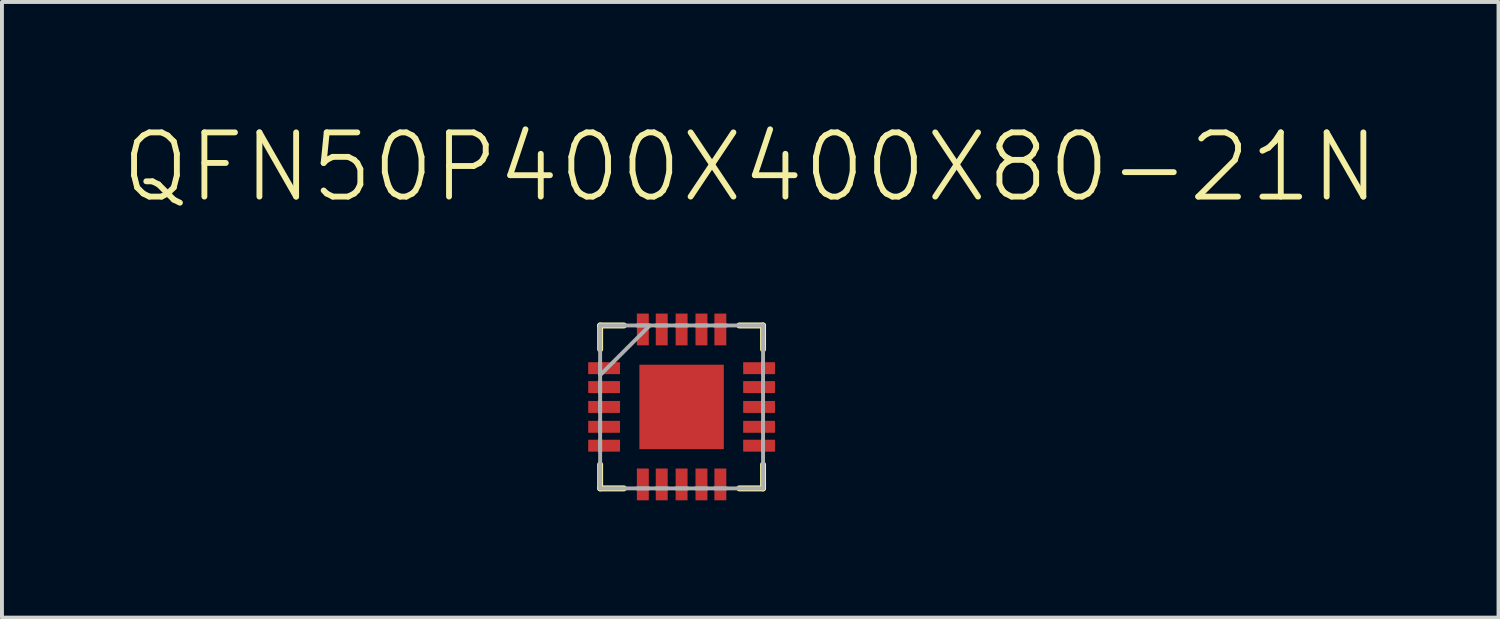
<source format=kicad_pcb>
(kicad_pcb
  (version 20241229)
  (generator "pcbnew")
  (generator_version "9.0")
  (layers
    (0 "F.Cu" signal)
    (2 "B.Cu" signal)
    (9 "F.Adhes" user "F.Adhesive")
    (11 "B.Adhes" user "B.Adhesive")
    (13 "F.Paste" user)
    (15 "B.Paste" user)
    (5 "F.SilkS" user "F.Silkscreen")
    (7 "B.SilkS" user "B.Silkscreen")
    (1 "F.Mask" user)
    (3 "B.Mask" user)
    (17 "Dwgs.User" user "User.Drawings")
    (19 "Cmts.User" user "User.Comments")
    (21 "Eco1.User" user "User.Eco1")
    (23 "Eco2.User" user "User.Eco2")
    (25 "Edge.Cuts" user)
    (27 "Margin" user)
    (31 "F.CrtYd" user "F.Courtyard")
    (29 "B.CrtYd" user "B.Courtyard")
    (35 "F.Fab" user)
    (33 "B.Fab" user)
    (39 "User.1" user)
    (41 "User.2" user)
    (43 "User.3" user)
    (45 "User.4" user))
  (footprint "QFN50P400X400X80-21N"
    (layer "F.Cu")
    (at 14.378 7.355)
    (property "Reference" "QFN50P400X400X80-21N" (at 1.755 -6.13 0) (layer "F.SilkS") (effects (font (size 1.642 1.642) (thickness 0.15))))
    (attr smd)
    (fp_line (start -2.083 -2.083) (end -2.083 -1.473) (stroke (width 0.152) (type solid)) (layer "F.SilkS"))
    (fp_line (start -2.083 1.473) (end -2.083 2.083) (stroke (width 0.152) (type solid)) (layer "F.SilkS"))
    (fp_line (start -2.083 2.083) (end -1.473 2.083) (stroke (width 0.152) (type solid)) (layer "F.SilkS"))
    (fp_line (start -1.473 -2.083) (end -2.083 -2.083) (stroke (width 0.152) (type solid)) (layer "F.SilkS"))
    (fp_line (start 1.473 2.083) (end 2.083 2.083) (stroke (width 0.152) (type solid)) (layer "F.SilkS"))
    (fp_line (start 2.083 -2.083) (end 1.473 -2.083) (stroke (width 0.152) (type solid)) (layer "F.SilkS"))
    (fp_line (start 2.083 -1.473) (end 2.083 -2.083) (stroke (width 0.152) (type solid)) (layer "F.SilkS"))
    (fp_line (start 2.083 2.083) (end 2.083 1.473) (stroke (width 0.152) (type solid)) (layer "F.SilkS"))
    (fp_line (start -2.083 -2.083) (end -2.083 2.083) (stroke (width 0.1) (type solid)) (layer "F.Fab"))
    (fp_line (start -2.083 -1.143) (end -2.083 -0.838) (stroke (width 0.1) (type solid)) (layer "F.Fab"))
    (fp_line (start -2.083 -0.813) (end -0.813 -2.083) (stroke (width 0.1) (type solid)) (layer "F.Fab"))
    (fp_line (start -2.083 -0.66) (end -2.083 -0.356) (stroke (width 0.1) (type solid)) (layer "F.Fab"))
    (fp_line (start -2.083 -0.152) (end -2.083 0.152) (stroke (width 0.1) (type solid)) (layer "F.Fab"))
    (fp_line (start -2.083 0.356) (end -2.083 0.66) (stroke (width 0.1) (type solid)) (layer "F.Fab"))
    (fp_line (start -2.083 0.838) (end -2.083 1.143) (stroke (width 0.1) (type solid)) (layer "F.Fab"))
    (fp_line (start -2.083 2.083) (end 2.083 2.083) (stroke (width 0.1) (type solid)) (layer "F.Fab"))
    (fp_line (start -1.143 2.083) (end -0.838 2.083) (stroke (width 0.1) (type solid)) (layer "F.Fab"))
    (fp_line (start -0.838 -2.083) (end -1.143 -2.083) (stroke (width 0.1) (type solid)) (layer "F.Fab"))
    (fp_line (start -0.66 2.083) (end -0.356 2.083) (stroke (width 0.1) (type solid)) (layer "F.Fab"))
    (fp_line (start -0.356 -2.083) (end -0.66 -2.083) (stroke (width 0.1) (type solid)) (layer "F.Fab"))
    (fp_line (start -0.152 2.083) (end 0.152 2.083) (stroke (width 0.1) (type solid)) (layer "F.Fab"))
    (fp_line (start 0.152 -2.083) (end -0.152 -2.083) (stroke (width 0.1) (type solid)) (layer "F.Fab"))
    (fp_line (start 0.356 2.083) (end 0.66 2.083) (stroke (width 0.1) (type solid)) (layer "F.Fab"))
    (fp_line (start 0.66 -2.083) (end 0.356 -2.083) (stroke (width 0.1) (type solid)) (layer "F.Fab"))
    (fp_line (start 0.838 2.083) (end 1.143 2.083) (stroke (width 0.1) (type solid)) (layer "F.Fab"))
    (fp_line (start 1.143 -2.083) (end 0.838 -2.083) (stroke (width 0.1) (type solid)) (layer "F.Fab"))
    (fp_line (start 2.083 -2.083) (end -2.083 -2.083) (stroke (width 0.1) (type solid)) (layer "F.Fab"))
    (fp_line (start 2.083 -0.838) (end 2.083 -1.143) (stroke (width 0.1) (type solid)) (layer "F.Fab"))
    (fp_line (start 2.083 -0.356) (end 2.083 -0.66) (stroke (width 0.1) (type solid)) (layer "F.Fab"))
    (fp_line (start 2.083 0.152) (end 2.083 -0.152) (stroke (width 0.1) (type solid)) (layer "F.Fab"))
    (fp_line (start 2.083 0.66) (end 2.083 0.356) (stroke (width 0.1) (type solid)) (layer "F.Fab"))
    (fp_line (start 2.083 1.143) (end 2.083 0.838) (stroke (width 0.1) (type solid)) (layer "F.Fab"))
    (fp_line (start 2.083 2.083) (end 2.083 -2.083) (stroke (width 0.1) (type solid)) (layer "F.Fab"))
    (pad "1" smd rect (at -1.981 -0.991 270) (size 0.305 0.813) (layers "F.Cu" "F.Mask" "F.Paste"))
    (pad "2" smd rect (at -1.981 -0.508 270) (size 0.305 0.813) (layers "F.Cu" "F.Mask" "F.Paste"))
    (pad "3" smd rect (at -1.981 0 270) (size 0.305 0.813) (layers "F.Cu" "F.Mask" "F.Paste"))
    (pad "4" smd rect (at -1.981 0.508 270) (size 0.305 0.813) (layers "F.Cu" "F.Mask" "F.Paste"))
    (pad "5" smd rect (at -1.981 0.991 270) (size 0.305 0.813) (layers "F.Cu" "F.Mask" "F.Paste"))
    (pad "6" smd rect (at -0.991 1.981 180) (size 0.305 0.813) (layers "F.Cu" "F.Mask" "F.Paste"))
    (pad "7" smd rect (at -0.508 1.981 180) (size 0.305 0.813) (layers "F.Cu" "F.Mask" "F.Paste"))
    (pad "8" smd rect (at 0 1.981 180) (size 0.305 0.813) (layers "F.Cu" "F.Mask" "F.Paste"))
    (pad "9" smd rect (at 0.508 1.981 180) (size 0.305 0.813) (layers "F.Cu" "F.Mask" "F.Paste"))
    (pad "10" smd rect (at 0.991 1.981 180) (size 0.305 0.813) (layers "F.Cu" "F.Mask" "F.Paste"))
    (pad "11" smd rect (at 1.981 0.991 270) (size 0.305 0.813) (layers "F.Cu" "F.Mask" "F.Paste"))
    (pad "12" smd rect (at 1.981 0.508 270) (size 0.305 0.813) (layers "F.Cu" "F.Mask" "F.Paste"))
    (pad "13" smd rect (at 1.981 0 270) (size 0.305 0.813) (layers "F.Cu" "F.Mask" "F.Paste"))
    (pad "14" smd rect (at 1.981 -0.508 270) (size 0.305 0.813) (layers "F.Cu" "F.Mask" "F.Paste"))
    (pad "15" smd rect (at 1.981 -0.991 270) (size 0.305 0.813) (layers "F.Cu" "F.Mask" "F.Paste"))
    (pad "16" smd rect (at 0.991 -1.981 180) (size 0.305 0.813) (layers "F.Cu" "F.Mask" "F.Paste"))
    (pad "17" smd rect (at 0.508 -1.981 180) (size 0.305 0.813) (layers "F.Cu" "F.Mask" "F.Paste"))
    (pad "18" smd rect (at 0 -1.981 180) (size 0.305 0.813) (layers "F.Cu" "F.Mask" "F.Paste"))
    (pad "19" smd rect (at -0.508 -1.981 180) (size 0.305 0.813) (layers "F.Cu" "F.Mask" "F.Paste"))
    (pad "20" smd rect (at -0.991 -1.981 180) (size 0.305 0.813) (layers "F.Cu" "F.Mask" "F.Paste"))
    (pad "21" smd rect (at 0 0) (size 2.159 2.159) (layers "F.Cu" "F.Mask" "F.Paste")))
  (gr_rect
    (start -3 -3)
    (end 35.266 12.742)
    (stroke (width 0.1) (type default))
    (fill no)
    (layer "Edge.Cuts")))
</source>
